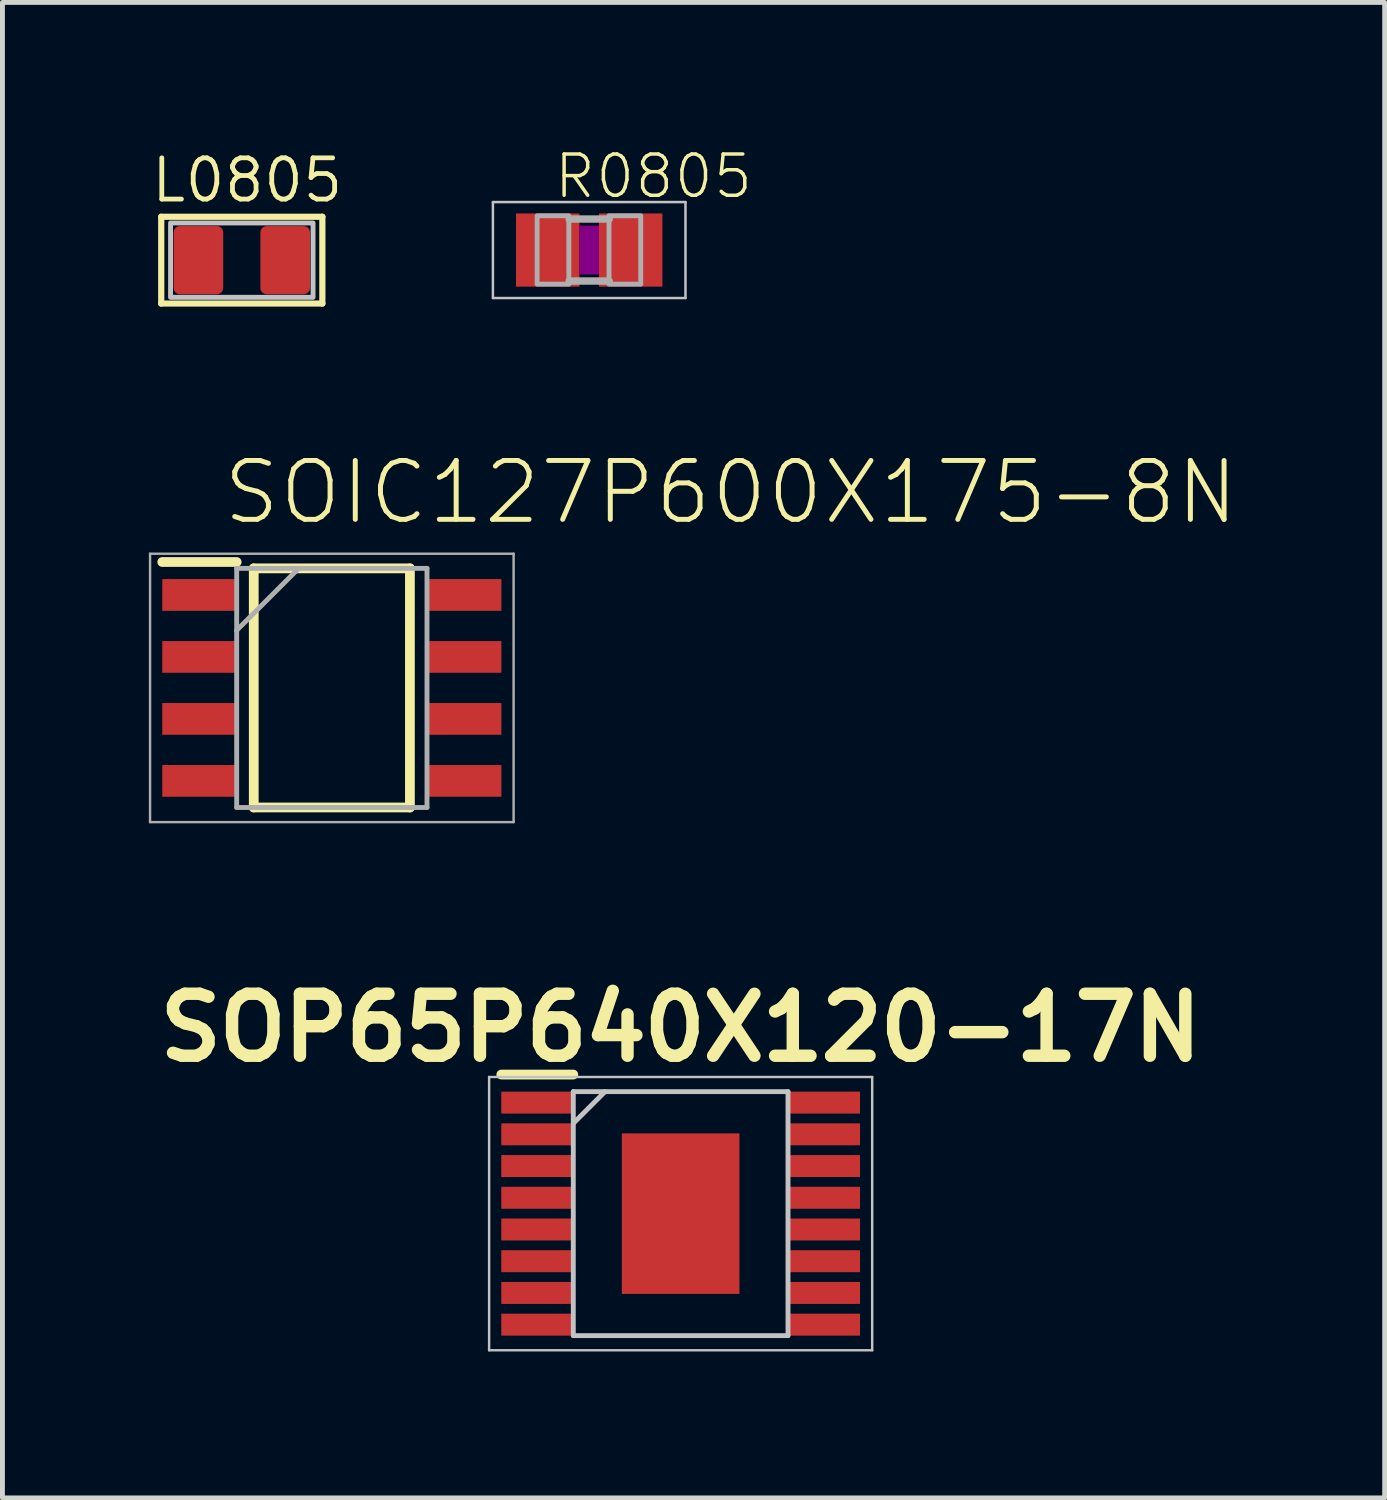
<source format=kicad_pcb>
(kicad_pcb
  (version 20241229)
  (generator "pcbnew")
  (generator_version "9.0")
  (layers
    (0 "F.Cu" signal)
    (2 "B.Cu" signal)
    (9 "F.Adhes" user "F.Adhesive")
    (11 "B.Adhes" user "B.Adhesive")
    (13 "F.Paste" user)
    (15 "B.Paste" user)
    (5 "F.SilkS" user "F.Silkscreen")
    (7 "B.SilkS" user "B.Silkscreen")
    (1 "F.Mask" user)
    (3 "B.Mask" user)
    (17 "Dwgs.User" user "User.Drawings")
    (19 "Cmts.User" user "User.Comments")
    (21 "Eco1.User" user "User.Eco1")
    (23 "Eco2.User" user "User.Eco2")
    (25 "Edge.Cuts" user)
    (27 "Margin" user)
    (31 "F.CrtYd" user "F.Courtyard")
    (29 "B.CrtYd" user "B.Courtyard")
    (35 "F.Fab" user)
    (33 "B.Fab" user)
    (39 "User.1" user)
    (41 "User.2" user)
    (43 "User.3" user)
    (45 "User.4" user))
  (footprint "L0805"
    (layer "F.Cu")
    (at 1.905 2.281)
    (property "Reference" "L0805" (at -1.905 -1.143 0) (layer "F.SilkS") (effects (font (size 0.845 0.845) (thickness 0.098)) (justify left bottom)))
    (attr through_hole)
    (fp_line (start -1.651 -0.889) (end 1.651 -0.889) (stroke (width 0.127) (type solid)) (layer "F.SilkS"))
    (fp_line (start -1.651 0.889) (end -1.651 -0.889) (stroke (width 0.127) (type solid)) (layer "F.SilkS"))
    (fp_line (start 1.651 -0.889) (end 1.651 0.889) (stroke (width 0.127) (type solid)) (layer "F.SilkS"))
    (fp_line (start 1.651 0.889) (end -1.651 0.889) (stroke (width 0.127) (type solid)) (layer "F.SilkS"))
    (fp_poly (pts (xy -1.46 0.762) (xy 1.46 0.762) (xy 1.46 -0.762) (xy -1.46 -0.762)) (stroke (width 0.1) (type solid)) (fill no) (layer "Dwgs.User"))
    (pad "1" smd roundrect (at -0.889 0) (size 1.016 1.397) (layers "F.Cu" "F.Mask" "F.Paste") (roundrect_rratio 0.125))
    (pad "2" smd roundrect (at 0.889 0) (size 1.016 1.397) (layers "F.Cu" "F.Mask" "F.Paste") (roundrect_rratio 0.125)))
  (footprint "SOP65P640X120-17N"
    (layer "F.Cu")
    (at 10.898 21.82)
    (property "Reference" "SOP65P640X120-17N" (at 0 -3.81 0) (layer "F.SilkS") (effects (font (size 1.27 1.27) (thickness 0.254))))
    (attr smd)
    (fp_line (start -3.675 -2.85) (end -2.2 -2.85) (stroke (width 0.2) (type solid)) (layer "F.SilkS"))
    (fp_line (start -3.925 -2.8) (end 3.925 -2.8) (stroke (width 0.05) (type solid)) (layer "Dwgs.User"))
    (fp_line (start -3.925 2.8) (end -3.925 -2.8) (stroke (width 0.05) (type solid)) (layer "Dwgs.User"))
    (fp_line (start -2.2 -2.5) (end 2.2 -2.5) (stroke (width 0.1) (type solid)) (layer "Dwgs.User"))
    (fp_line (start -2.2 -1.85) (end -1.55 -2.5) (stroke (width 0.1) (type solid)) (layer "Dwgs.User"))
    (fp_line (start -2.2 2.5) (end -2.2 -2.5) (stroke (width 0.1) (type solid)) (layer "Dwgs.User"))
    (fp_line (start 2.2 -2.5) (end 2.2 2.5) (stroke (width 0.1) (type solid)) (layer "Dwgs.User"))
    (fp_line (start 2.2 2.5) (end -2.2 2.5) (stroke (width 0.1) (type solid)) (layer "Dwgs.User"))
    (fp_line (start 3.925 -2.8) (end 3.925 2.8) (stroke (width 0.05) (type solid)) (layer "Dwgs.User"))
    (fp_line (start 3.925 2.8) (end -3.925 2.8) (stroke (width 0.05) (type solid)) (layer "Dwgs.User"))
    (pad "1" smd rect (at -2.938 -2.275 90) (size 0.45 1.475) (layers "F.Cu" "F.Mask" "F.Paste"))
    (pad "2" smd rect (at -2.938 -1.625 90) (size 0.45 1.475) (layers "F.Cu" "F.Mask" "F.Paste"))
    (pad "3" smd rect (at -2.938 -0.975 90) (size 0.45 1.475) (layers "F.Cu" "F.Mask" "F.Paste"))
    (pad "4" smd rect (at -2.938 -0.325 90) (size 0.45 1.475) (layers "F.Cu" "F.Mask" "F.Paste"))
    (pad "5" smd rect (at -2.938 0.325 90) (size 0.45 1.475) (layers "F.Cu" "F.Mask" "F.Paste"))
    (pad "6" smd rect (at -2.938 0.975 90) (size 0.45 1.475) (layers "F.Cu" "F.Mask" "F.Paste"))
    (pad "7" smd rect (at -2.938 1.625 90) (size 0.45 1.475) (layers "F.Cu" "F.Mask" "F.Paste"))
    (pad "8" smd rect (at -2.938 2.275 90) (size 0.45 1.475) (layers "F.Cu" "F.Mask" "F.Paste"))
    (pad "9" smd rect (at 2.938 2.275 90) (size 0.45 1.475) (layers "F.Cu" "F.Mask" "F.Paste"))
    (pad "10" smd rect (at 2.938 1.625 90) (size 0.45 1.475) (layers "F.Cu" "F.Mask" "F.Paste"))
    (pad "11" smd rect (at 2.938 0.975 90) (size 0.45 1.475) (layers "F.Cu" "F.Mask" "F.Paste"))
    (pad "12" smd rect (at 2.938 0.325 90) (size 0.45 1.475) (layers "F.Cu" "F.Mask" "F.Paste"))
    (pad "13" smd rect (at 2.938 -0.325 90) (size 0.45 1.475) (layers "F.Cu" "F.Mask" "F.Paste"))
    (pad "14" smd rect (at 2.938 -0.975 90) (size 0.45 1.475) (layers "F.Cu" "F.Mask" "F.Paste"))
    (pad "15" smd rect (at 2.938 -1.625 90) (size 0.45 1.475) (layers "F.Cu" "F.Mask" "F.Paste"))
    (pad "16" smd rect (at 2.938 -2.275 90) (size 0.45 1.475) (layers "F.Cu" "F.Mask" "F.Paste"))
    (pad "17" smd rect (at 0 0) (size 2.41 3.29) (layers "F.Cu" "F.Mask" "F.Paste")))
  (footprint "SOIC127P600X175-8N"
    (layer "F.Cu")
    (at 3.75 11.047)
    (property "Reference" "SOIC127P600X175-8N" (at -2.286 -3.302 0) (layer "F.SilkS") (effects (font (size 1.206 1.206) (thickness 0.102)) (justify left bottom)))
    (attr through_hole)
    (fp_line (start -3.475 -2.58) (end -1.95 -2.58) (stroke (width 0.2) (type solid)) (layer "F.SilkS"))
    (fp_line (start -1.6 -2.45) (end 1.6 -2.45) (stroke (width 0.2) (type solid)) (layer "F.SilkS"))
    (fp_line (start -1.6 2.45) (end -1.6 -2.45) (stroke (width 0.2) (type solid)) (layer "F.SilkS"))
    (fp_line (start 1.6 -2.45) (end 1.6 2.45) (stroke (width 0.2) (type solid)) (layer "F.SilkS"))
    (fp_line (start 1.6 2.45) (end -1.6 2.45) (stroke (width 0.2) (type solid)) (layer "F.SilkS"))
    (fp_line (start -3.725 -2.75) (end 3.725 -2.75) (stroke (width 0.05) (type solid)) (layer "F.Fab"))
    (fp_line (start -3.725 2.75) (end -3.725 -2.75) (stroke (width 0.05) (type solid)) (layer "F.Fab"))
    (fp_line (start -1.95 -2.45) (end -0.68 -2.45) (stroke (width 0.1) (type solid)) (layer "F.Fab"))
    (fp_line (start -1.95 -1.18) (end -1.95 -2.45) (stroke (width 0.1) (type solid)) (layer "F.Fab"))
    (fp_line (start -1.95 -1.18) (end -0.68 -2.45) (stroke (width 0.1) (type solid)) (layer "F.Fab"))
    (fp_line (start -1.95 2.45) (end -1.95 -1.18) (stroke (width 0.1) (type solid)) (layer "F.Fab"))
    (fp_line (start -0.68 -2.45) (end 1.95 -2.45) (stroke (width 0.1) (type solid)) (layer "F.Fab"))
    (fp_line (start 1.95 -2.45) (end 1.95 2.45) (stroke (width 0.1) (type solid)) (layer "F.Fab"))
    (fp_line (start 1.95 2.45) (end -1.95 2.45) (stroke (width 0.1) (type solid)) (layer "F.Fab"))
    (fp_line (start 3.725 -2.75) (end 3.725 2.75) (stroke (width 0.05) (type solid)) (layer "F.Fab"))
    (fp_line (start 3.725 2.75) (end -3.725 2.75) (stroke (width 0.05) (type solid)) (layer "F.Fab"))
    (pad "1" smd rect (at -2.712 -1.905) (size 1.525 0.65) (layers "F.Cu" "F.Mask" "F.Paste"))
    (pad "2" smd rect (at -2.712 -0.635) (size 1.525 0.65) (layers "F.Cu" "F.Mask" "F.Paste"))
    (pad "3" smd rect (at -2.712 0.635) (size 1.525 0.65) (layers "F.Cu" "F.Mask" "F.Paste"))
    (pad "4" smd rect (at -2.712 1.905) (size 1.525 0.65) (layers "F.Cu" "F.Mask" "F.Paste"))
    (pad "5" smd rect (at 2.712 1.905) (size 1.525 0.65) (layers "F.Cu" "F.Mask" "F.Paste"))
    (pad "6" smd rect (at 2.712 0.635) (size 1.525 0.65) (layers "F.Cu" "F.Mask" "F.Paste"))
    (pad "7" smd rect (at 2.712 -0.635) (size 1.525 0.65) (layers "F.Cu" "F.Mask" "F.Paste"))
    (pad "8" smd rect (at 2.712 -1.905) (size 1.525 0.65) (layers "F.Cu" "F.Mask" "F.Paste")))
  (footprint "R0805"
    (layer "F.Cu")
    (at 9.024 2.074)
    (property "Reference" "R0805" (at -0.762 -1.016 0) (layer "F.SilkS") (effects (font (size 0.845 0.845) (thickness 0.071)) (justify left bottom)))
    (attr through_hole)
    (fp_poly (pts (xy -0.2 0.5) (xy 0.2 0.5) (xy 0.2 -0.5) (xy -0.2 -0.5)) (stroke (width 0) (type solid)) (fill yes) (layer "F.Adhes"))
    (fp_line (start -1.973 -0.983) (end 1.973 -0.983) (stroke (width 0.051) (type solid)) (layer "Dwgs.User"))
    (fp_line (start -1.973 0.983) (end -1.973 -0.983) (stroke (width 0.051) (type solid)) (layer "Dwgs.User"))
    (fp_line (start 1.973 -0.983) (end 1.973 0.983) (stroke (width 0.051) (type solid)) (layer "Dwgs.User"))
    (fp_line (start 1.973 0.983) (end -1.973 0.983) (stroke (width 0.051) (type solid)) (layer "Dwgs.User"))
    (fp_line (start -0.41 -0.635) (end 0.41 -0.635) (stroke (width 0.152) (type solid)) (layer "F.Fab"))
    (fp_line (start -0.41 0.635) (end 0.41 0.635) (stroke (width 0.152) (type solid)) (layer "F.Fab"))
    (fp_poly (pts (xy -1.067 0.699) (xy -0.417 0.699) (xy -0.417 -0.702) (xy -1.067 -0.702)) (stroke (width 0.1) (type solid)) (fill no) (layer "F.Fab"))
    (fp_poly (pts (xy 0.406 0.699) (xy 1.056 0.699) (xy 1.056 -0.702) (xy 0.406 -0.702)) (stroke (width 0.1) (type solid)) (fill no) (layer "F.Fab"))
    (pad "1" smd rect (at -0.85 0) (size 1.3 1.5) (layers "F.Cu" "F.Mask" "F.Paste"))
    (pad "2" smd rect (at 0.85 0) (size 1.3 1.5) (layers "F.Cu" "F.Mask" "F.Paste")))
  (gr_rect
    (start -3 -3)
    (end 25.325 27.645)
    (stroke (width 0.1) (type default))
    (fill no)
    (layer "Edge.Cuts")))
</source>
